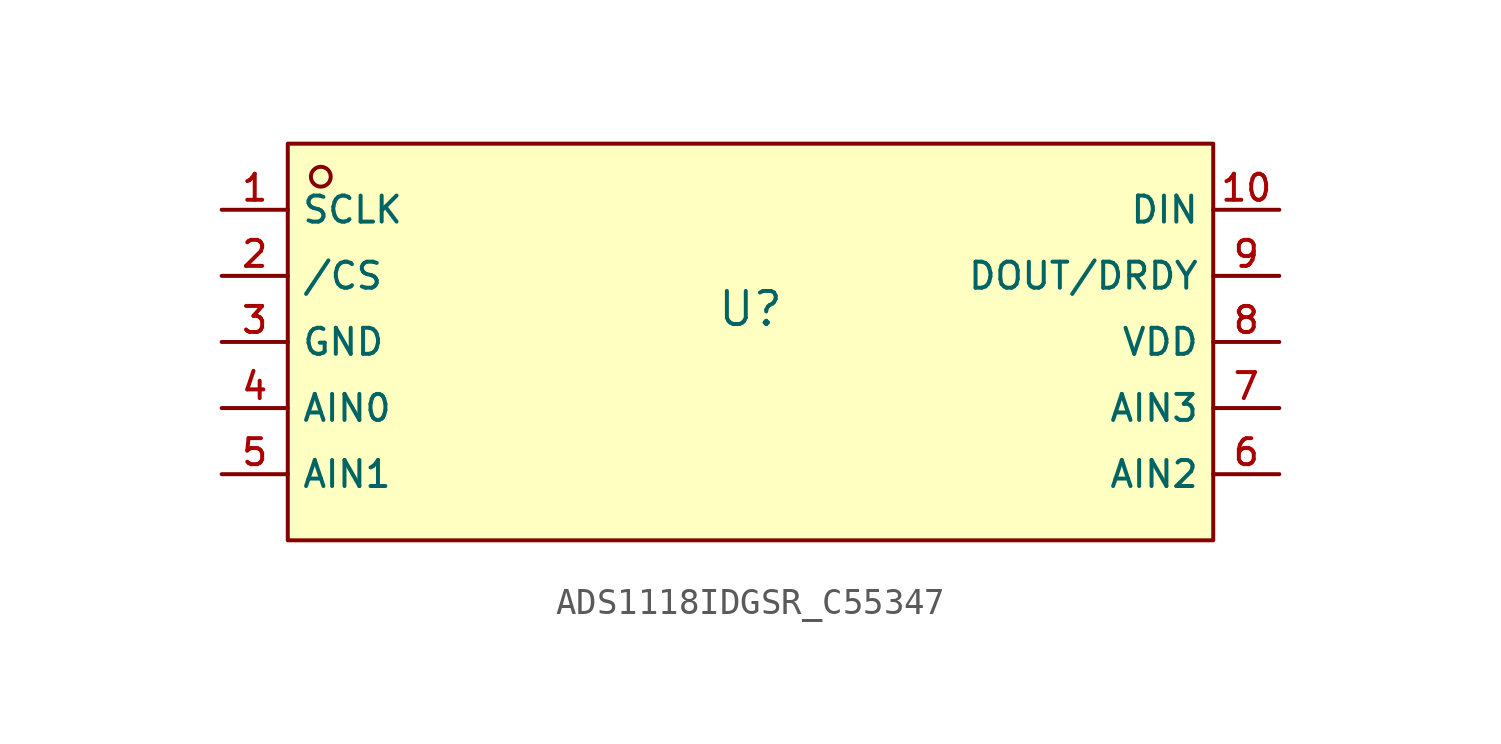
<source format=kicad_sym>
(kicad_symbol_lib
  (version 20210201)
  (generator TousstNicolas/JLC2KiCad_lib)
  (symbol "ADS1118IDGSR_C55347"
    (property "Reference" "U"
      (at 0 1.27 0)
      (effects (font (size 1.27 1.27))))
    (symbol "ADS1118IDGSR_C55347_0_1"
      (rectangle (start -17.78 7.62) (end 17.78 -7.62) (stroke (width 0) (type default) (color 0 0 0 0)) (fill (type background)))
      (circle (center -16.51 6.35) (radius 0.381) (stroke (width 0) (type default) (color 0 0 0 0)) (fill (type background)))
      (pin unspecified line (at -20.32 5.08 0) (length 2.54) (name "SCLK" (effects (font (size 1 1)))) (number "1" (effects (font (size 1 1)))))
      (pin unspecified line (at -20.32 2.54 0) (length 2.54) (name "/CS" (effects (font (size 1 1)))) (number "2" (effects (font (size 1 1)))))
      (pin unspecified line (at -20.32 -0.0 0) (length 2.54) (name "GND" (effects (font (size 1 1)))) (number "3" (effects (font (size 1 1)))))
      (pin unspecified line (at -20.32 -2.54 0) (length 2.54) (name "AIN0" (effects (font (size 1 1)))) (number "4" (effects (font (size 1 1)))))
      (pin unspecified line (at -20.32 -5.08 0) (length 2.54) (name "AIN1" (effects (font (size 1 1)))) (number "5" (effects (font (size 1 1)))))
      (pin unspecified line (at 20.32 -5.08 180) (length 2.54) (name "AIN2" (effects (font (size 1 1)))) (number "6" (effects (font (size 1 1)))))
      (pin unspecified line (at 20.32 -2.54 180) (length 2.54) (name "AIN3" (effects (font (size 1 1)))) (number "7" (effects (font (size 1 1)))))
      (pin unspecified line (at 20.32 -0.0 180) (length 2.54) (name "VDD" (effects (font (size 1 1)))) (number "8" (effects (font (size 1 1)))))
      (pin unspecified line (at 20.32 2.54 180) (length 2.54) (name "DOUT/DRDY" (effects (font (size 1 1)))) (number "9" (effects (font (size 1 1)))))
      (pin unspecified line (at 20.32 5.08 180) (length 2.54) (name "DIN" (effects (font (size 1 1)))) (number "10" (effects (font (size 1 1))))))))
</source>
